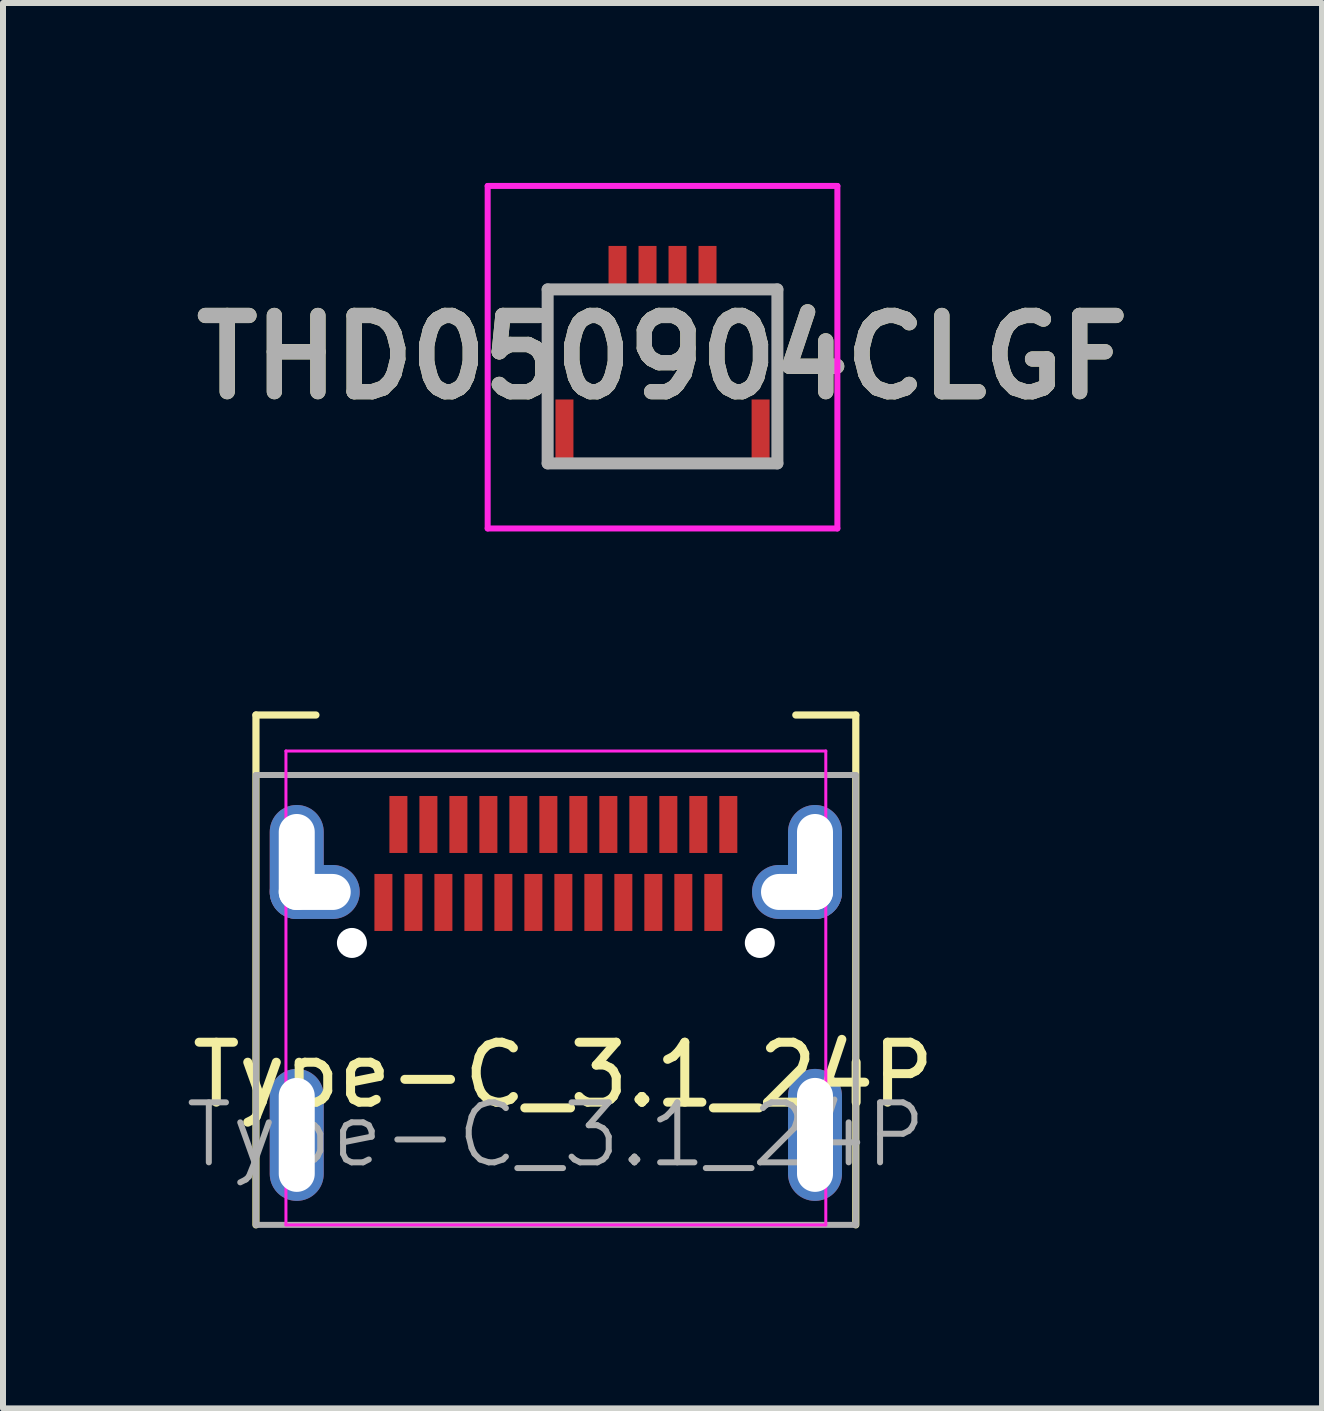
<source format=kicad_pcb>
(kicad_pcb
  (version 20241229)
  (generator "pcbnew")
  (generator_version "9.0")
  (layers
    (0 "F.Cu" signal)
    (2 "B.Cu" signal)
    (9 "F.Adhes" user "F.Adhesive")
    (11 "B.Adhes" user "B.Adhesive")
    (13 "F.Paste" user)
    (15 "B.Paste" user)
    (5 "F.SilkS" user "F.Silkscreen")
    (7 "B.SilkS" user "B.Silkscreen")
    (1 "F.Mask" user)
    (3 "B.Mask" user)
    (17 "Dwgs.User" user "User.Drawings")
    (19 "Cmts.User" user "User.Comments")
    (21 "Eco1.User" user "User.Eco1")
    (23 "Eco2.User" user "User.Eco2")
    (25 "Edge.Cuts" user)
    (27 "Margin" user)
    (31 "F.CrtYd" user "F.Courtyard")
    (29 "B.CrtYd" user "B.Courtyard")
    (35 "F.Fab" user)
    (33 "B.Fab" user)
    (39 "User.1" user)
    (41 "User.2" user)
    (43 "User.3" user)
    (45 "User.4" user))
  (footprint "Type-C_3.1_24P"
    (layer "F.Cu")
    (at 6.217 15.87)
    (property "Reference" "Type-C_3.1_24P" (at 0.125 -1 0) (layer "F.SilkS") (effects (font (size 1 1) (thickness 0.15))))
    (attr smd)
    (fp_line (start -5 -7) (end -5 1.5) (stroke (width 0.12) (type solid)) (layer "F.SilkS"))
    (fp_line (start -5 -7) (end -4 -7) (stroke (width 0.12) (type solid)) (layer "F.SilkS"))
    (fp_line (start 5 -7) (end 4 -7) (stroke (width 0.12) (type solid)) (layer "F.SilkS"))
    (fp_line (start 5 -7) (end 5 1.5) (stroke (width 0.12) (type solid)) (layer "F.SilkS"))
    (fp_line (start -4.5 -6.4) (end -4.5 1.5) (stroke (width 0.05) (type solid)) (layer "F.CrtYd"))
    (fp_line (start -4.5 -6.4) (end 4.5 -6.4) (stroke (width 0.05) (type solid)) (layer "F.CrtYd"))
    (fp_line (start 4.5 -6.4) (end 4.5 1.5) (stroke (width 0.05) (type solid)) (layer "F.CrtYd"))
    (fp_line (start 4.5 1.5) (end -4.5 1.5) (stroke (width 0.05) (type solid)) (layer "F.CrtYd"))
    (fp_line (start -5 -6) (end -5 1.5) (stroke (width 0.1) (type solid)) (layer "F.Fab"))
    (fp_line (start -5 -6) (end 5 -6) (stroke (width 0.1) (type solid)) (layer "F.Fab"))
    (fp_line (start 5 -6) (end 5 1.5) (stroke (width 0.1) (type solid)) (layer "F.Fab"))
    (fp_line (start 5 1.5) (end -5 1.5) (stroke (width 0.1) (type solid)) (layer "F.Fab"))
    (fp_text user "${REFERENCE}" (at 0 0 0) (layer "F.Fab") (effects (font (size 1 1) (thickness 0.1))))
    (pad "" np_thru_hole circle (at -3.4 -3.2) (size 0.5 0.5) (drill 0.5) (layers "*.Cu" "*.Mask"))
    (pad "" np_thru_hole circle (at 3.4 -3.2) (size 0.5 0.5) (drill 0.5) (layers "*.Cu" "*.Mask"))
    (pad "A1" smd rect (at -2.625 -5.175) (size 0.3 0.95) (layers "F.Cu" "F.Mask" "F.Paste"))
    (pad "A2" smd rect (at -2.125 -5.175) (size 0.3 0.95) (layers "F.Cu" "F.Mask" "F.Paste"))
    (pad "A3" smd rect (at -1.625 -5.175) (size 0.3 0.95) (layers "F.Cu" "F.Mask" "F.Paste"))
    (pad "A4" smd rect (at -1.125 -5.175) (size 0.3 0.95) (layers "F.Cu" "F.Mask" "F.Paste"))
    (pad "A5" smd rect (at -0.625 -5.175) (size 0.3 0.95) (layers "F.Cu" "F.Mask" "F.Paste"))
    (pad "A6" smd rect (at -0.125 -5.175) (size 0.3 0.95) (layers "F.Cu" "F.Mask" "F.Paste"))
    (pad "A7" smd rect (at 0.375 -5.175) (size 0.3 0.95) (layers "F.Cu" "F.Mask" "F.Paste"))
    (pad "A8" smd rect (at 0.875 -5.175) (size 0.3 0.95) (layers "F.Cu" "F.Mask" "F.Paste"))
    (pad "A9" smd rect (at 1.375 -5.175) (size 0.3 0.95) (layers "F.Cu" "F.Mask" "F.Paste"))
    (pad "A10" smd rect (at 1.875 -5.175) (size 0.3 0.95) (layers "F.Cu" "F.Mask" "F.Paste"))
    (pad "A11" smd rect (at 2.375 -5.175) (size 0.3 0.95) (layers "F.Cu" "F.Mask" "F.Paste"))
    (pad "A12" smd rect (at 2.875 -5.175) (size 0.3 0.95) (layers "F.Cu" "F.Mask" "F.Paste"))
    (pad "B1" smd rect (at 2.625 -3.875) (size 0.3 0.95) (layers "F.Cu" "F.Mask" "F.Paste"))
    (pad "B2" smd rect (at 2.125 -3.875) (size 0.3 0.95) (layers "F.Cu" "F.Mask" "F.Paste"))
    (pad "B3" smd rect (at 1.625 -3.875) (size 0.3 0.95) (layers "F.Cu" "F.Mask" "F.Paste"))
    (pad "B4" smd rect (at 1.125 -3.875) (size 0.3 0.95) (layers "F.Cu" "F.Mask" "F.Paste"))
    (pad "B5" smd rect (at 0.625 -3.875) (size 0.3 0.95) (layers "F.Cu" "F.Mask" "F.Paste"))
    (pad "B6" smd rect (at 0.125 -3.875) (size 0.3 0.95) (layers "F.Cu" "F.Mask" "F.Paste"))
    (pad "B7" smd rect (at -0.375 -3.875) (size 0.3 0.95) (layers "F.Cu" "F.Mask" "F.Paste"))
    (pad "B8" smd rect (at -0.875 -3.875) (size 0.3 0.95) (layers "F.Cu" "F.Mask" "F.Paste"))
    (pad "B9" smd rect (at -1.375 -3.875) (size 0.3 0.95) (layers "F.Cu" "F.Mask" "F.Paste"))
    (pad "B10" smd rect (at -1.875 -3.875) (size 0.3 0.95) (layers "F.Cu" "F.Mask" "F.Paste"))
    (pad "B11" smd rect (at -2.375 -3.875) (size 0.3 0.95) (layers "F.Cu" "F.Mask" "F.Paste"))
    (pad "B12" smd rect (at -2.875 -3.875) (size 0.3 0.95) (layers "F.Cu" "F.Mask" "F.Paste"))
    (pad "SHELL" thru_hole oval (at -4.32 -4.55) (size 0.9 1.9) (drill oval 0.6 1.6) (layers "*.Cu" "*.Mask"))
    (pad "SHELL" thru_hole oval (at -4.32 0) (size 0.9 2.2) (drill oval 0.6 1.9) (layers "*.Cu" "*.Mask"))
    (pad "SHELL" thru_hole oval (at -4.02 -4.05) (size 1.5 0.9) (drill oval 1.2 0.6) (layers "*.Cu" "*.Mask"))
    (pad "SHELL" thru_hole oval (at 4.02 -4.05) (size 1.5 0.9) (drill oval 1.2 0.6) (layers "*.Cu" "*.Mask"))
    (pad "SHELL" thru_hole oval (at 4.32 -4.55) (size 0.9 1.9) (drill oval 0.6 1.6) (layers "*.Cu" "*.Mask"))
    (pad "SHELL" thru_hole oval (at 4.32 0) (size 0.9 2.2) (drill oval 0.6 1.9) (layers "*.Cu" "*.Mask")))
  (footprint "THD050904CLGF"
    (layer "F.Cu")
    (at 7.995 2.905)
    (property "Reference" "THD050904CLGF" (at 0 0 0) (layer "F.SilkS") (effects (font (size 1.27 1.27) (thickness 0.254))))
    (attr smd)
    (fp_line (start -1.915 -1.13) (end -1.915 0.4) (stroke (width 0.1) (type solid)) (layer "F.SilkS"))
    (fp_line (start -1.165 -1.13) (end -1.915 -1.13) (stroke (width 0.1) (type solid)) (layer "F.SilkS"))
    (fp_line (start -1.165 1.77) (end 1.235 1.77) (stroke (width 0.1) (type solid)) (layer "F.SilkS"))
    (fp_line (start 1.235 -1.13) (end 1.915 -1.13) (stroke (width 0.1) (type solid)) (layer "F.SilkS"))
    (fp_line (start 1.915 -1.13) (end 1.915 0.4) (stroke (width 0.1) (type solid)) (layer "F.SilkS"))
    (fp_line (start -2.915 -2.855) (end 2.915 -2.855) (stroke (width 0.1) (type solid)) (layer "F.CrtYd"))
    (fp_line (start -2.915 2.855) (end -2.915 -2.855) (stroke (width 0.1) (type solid)) (layer "F.CrtYd"))
    (fp_line (start 2.915 -2.855) (end 2.915 2.855) (stroke (width 0.1) (type solid)) (layer "F.CrtYd"))
    (fp_line (start 2.915 2.855) (end -2.915 2.855) (stroke (width 0.1) (type solid)) (layer "F.CrtYd"))
    (fp_line (start -1.915 -1.13) (end 1.915 -1.13) (stroke (width 0.2) (type solid)) (layer "F.Fab"))
    (fp_line (start -1.915 1.77) (end -1.915 -1.13) (stroke (width 0.2) (type solid)) (layer "F.Fab"))
    (fp_line (start 1.915 -1.13) (end 1.915 1.77) (stroke (width 0.2) (type solid)) (layer "F.Fab"))
    (fp_line (start 1.915 1.77) (end -1.915 1.77) (stroke (width 0.2) (type solid)) (layer "F.Fab"))
    (fp_text user "${REFERENCE}" (at 0 0 0) (layer "F.Fab") (effects (font (size 1.27 1.27) (thickness 0.254))))
    (pad "1" smd rect (at -0.75 -1.53) (size 0.3 0.65) (layers "F.Cu" "F.Mask" "F.Paste"))
    (pad "2" smd rect (at -0.25 -1.53) (size 0.3 0.65) (layers "F.Cu" "F.Mask" "F.Paste"))
    (pad "3" smd rect (at 0.25 -1.53) (size 0.3 0.65) (layers "F.Cu" "F.Mask" "F.Paste"))
    (pad "4" smd rect (at 0.75 -1.53) (size 0.3 0.65) (layers "F.Cu" "F.Mask" "F.Paste"))
    (pad "5" smd rect (at -1.635 1.28) (size 0.3 1.15) (layers "F.Cu" "F.Mask" "F.Paste"))
    (pad "6" smd rect (at 1.635 1.28) (size 0.3 1.15) (layers "F.Cu" "F.Mask" "F.Paste")))
  (gr_rect
    (start -3 -3)
    (end 18.99 20.43)
    (stroke (width 0.1) (type default))
    (fill no)
    (layer "Edge.Cuts")))
</source>
